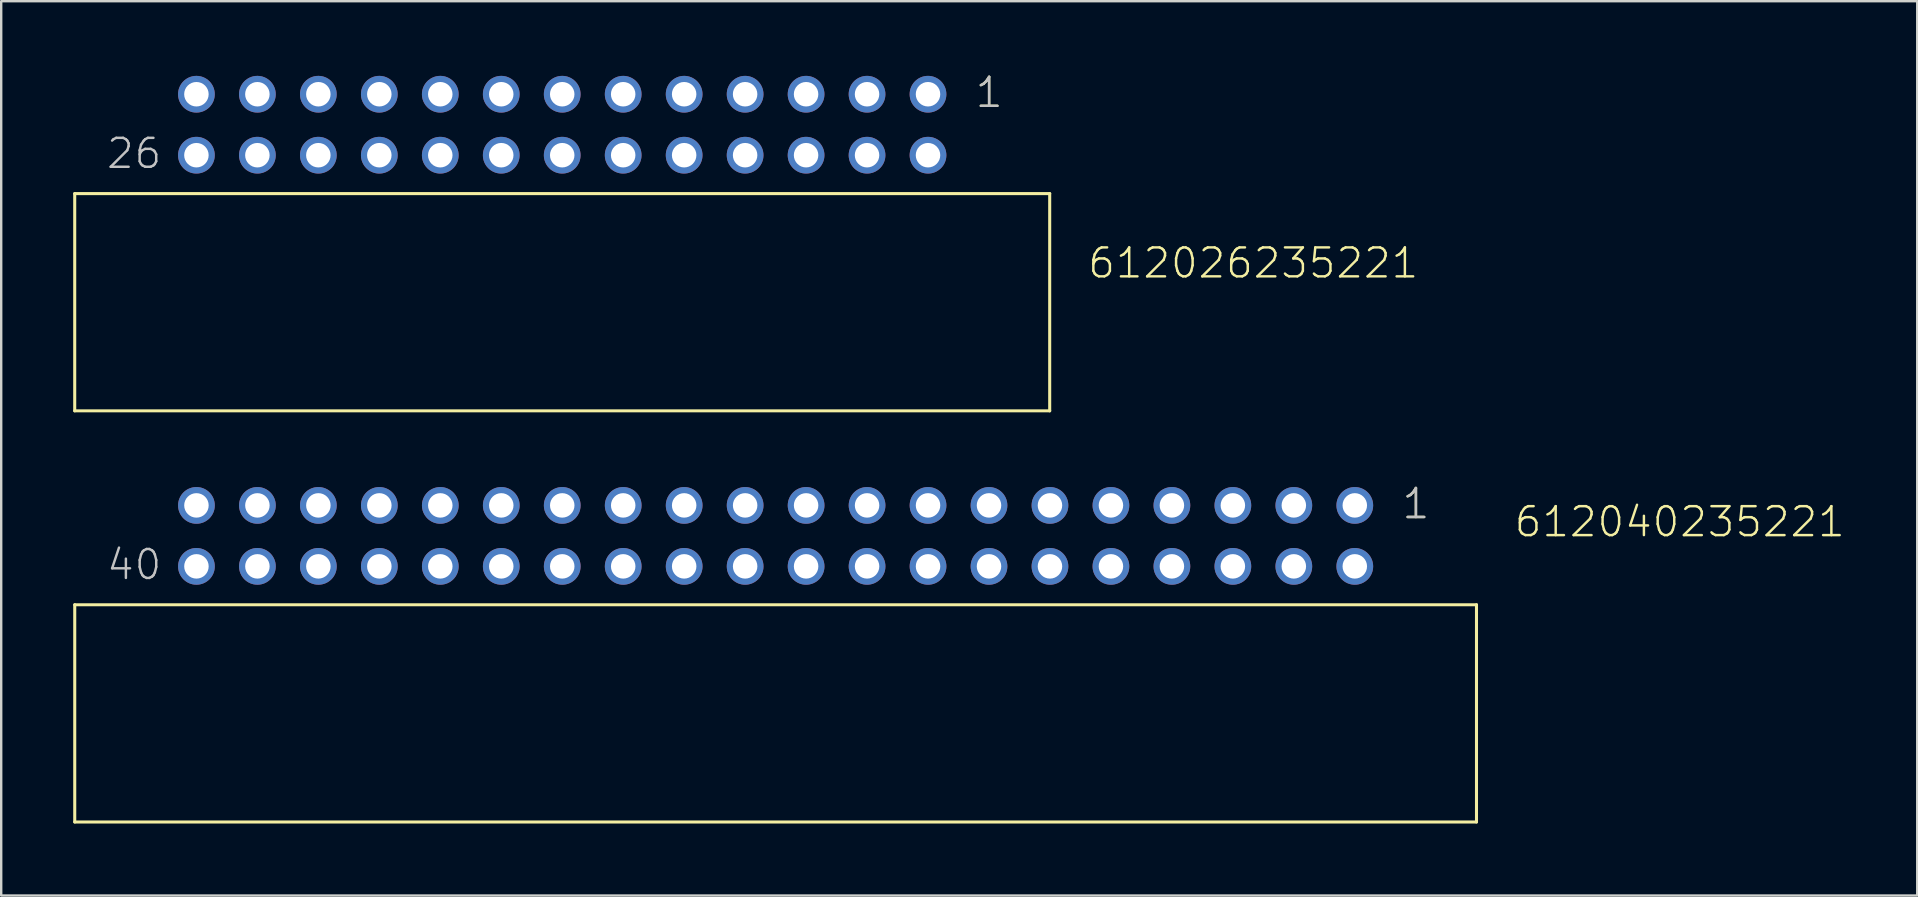
<source format=kicad_pcb>
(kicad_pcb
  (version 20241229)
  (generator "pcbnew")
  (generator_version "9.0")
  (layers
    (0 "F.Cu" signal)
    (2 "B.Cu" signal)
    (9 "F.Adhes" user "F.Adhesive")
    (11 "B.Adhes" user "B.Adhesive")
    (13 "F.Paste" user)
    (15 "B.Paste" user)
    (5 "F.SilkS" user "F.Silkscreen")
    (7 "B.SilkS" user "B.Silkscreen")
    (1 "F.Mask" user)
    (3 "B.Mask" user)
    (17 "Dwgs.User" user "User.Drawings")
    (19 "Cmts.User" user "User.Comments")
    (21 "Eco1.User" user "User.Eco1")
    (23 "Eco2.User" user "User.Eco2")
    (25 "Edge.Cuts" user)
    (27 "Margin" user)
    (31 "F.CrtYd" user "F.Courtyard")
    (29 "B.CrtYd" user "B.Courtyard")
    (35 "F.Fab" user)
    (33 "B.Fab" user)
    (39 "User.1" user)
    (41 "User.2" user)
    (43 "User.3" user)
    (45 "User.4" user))
  (footprint "612026235221"
    (layer "F.Cu")
    (at 20.373 2.146)
    (property "Reference" "612026235221" (at 21.832 6.47 0) (layer "F.SilkS") (effects (font (size 1.206 1.206) (thickness 0.102)) (justify left bottom)))
    (attr through_hole)
    (fp_line (start -20.31 2.87) (end 20.31 2.87) (stroke (width 0.127) (type solid)) (layer "F.SilkS"))
    (fp_line (start -20.31 11.92) (end -20.31 2.87) (stroke (width 0.127) (type solid)) (layer "F.SilkS"))
    (fp_line (start 20.31 2.87) (end 20.31 11.92) (stroke (width 0.127) (type solid)) (layer "F.SilkS"))
    (fp_line (start 20.31 11.92) (end -20.31 11.92) (stroke (width 0.127) (type solid)) (layer "F.SilkS"))
    (fp_text user "1" (at 17.145 -0.635 0) (layer "F.SilkS") (effects (font (size 1.206 1.206) (thickness 0.102)) (justify left bottom)))
    (fp_text user "26" (at -19.05 1.905 0) (layer "Dwgs.User") (effects (font (size 1.206 1.206) (thickness 0.102)) (justify left bottom)))
    (fp_text user "1" (at 17.145 -0.635 0) (layer "Dwgs.User") (effects (font (size 1.206 1.206) (thickness 0.102)) (justify left bottom)))
    (pad "1" thru_hole circle (at 15.24 -1.27 180) (size 1.53 1.53) (drill 1.02) (layers "*.Cu" "*.Mask"))
    (pad "2" thru_hole circle (at 15.24 1.27 180) (size 1.53 1.53) (drill 1.02) (layers "*.Cu" "*.Mask"))
    (pad "3" thru_hole circle (at 12.7 -1.27 180) (size 1.53 1.53) (drill 1.02) (layers "*.Cu" "*.Mask"))
    (pad "4" thru_hole circle (at 12.7 1.27 180) (size 1.53 1.53) (drill 1.02) (layers "*.Cu" "*.Mask"))
    (pad "5" thru_hole circle (at 10.16 -1.27 180) (size 1.53 1.53) (drill 1.02) (layers "*.Cu" "*.Mask"))
    (pad "6" thru_hole circle (at 10.16 1.27 180) (size 1.53 1.53) (drill 1.02) (layers "*.Cu" "*.Mask"))
    (pad "7" thru_hole circle (at 7.62 -1.27 180) (size 1.53 1.53) (drill 1.02) (layers "*.Cu" "*.Mask"))
    (pad "8" thru_hole circle (at 7.62 1.27 180) (size 1.53 1.53) (drill 1.02) (layers "*.Cu" "*.Mask"))
    (pad "9" thru_hole circle (at 5.08 -1.27 180) (size 1.53 1.53) (drill 1.02) (layers "*.Cu" "*.Mask"))
    (pad "10" thru_hole circle (at 5.08 1.27 180) (size 1.53 1.53) (drill 1.02) (layers "*.Cu" "*.Mask"))
    (pad "11" thru_hole circle (at 2.54 -1.27 180) (size 1.53 1.53) (drill 1.02) (layers "*.Cu" "*.Mask"))
    (pad "12" thru_hole circle (at 2.54 1.27 180) (size 1.53 1.53) (drill 1.02) (layers "*.Cu" "*.Mask"))
    (pad "13" thru_hole circle (at 0 -1.27 180) (size 1.53 1.53) (drill 1.02) (layers "*.Cu" "*.Mask"))
    (pad "14" thru_hole circle (at 0 1.27 180) (size 1.53 1.53) (drill 1.02) (layers "*.Cu" "*.Mask"))
    (pad "15" thru_hole circle (at -2.54 -1.27 180) (size 1.53 1.53) (drill 1.02) (layers "*.Cu" "*.Mask"))
    (pad "16" thru_hole circle (at -2.54 1.27 180) (size 1.53 1.53) (drill 1.02) (layers "*.Cu" "*.Mask"))
    (pad "17" thru_hole circle (at -5.08 -1.27 180) (size 1.53 1.53) (drill 1.02) (layers "*.Cu" "*.Mask"))
    (pad "18" thru_hole circle (at -5.08 1.27 180) (size 1.53 1.53) (drill 1.02) (layers "*.Cu" "*.Mask"))
    (pad "19" thru_hole circle (at -7.62 -1.27 180) (size 1.53 1.53) (drill 1.02) (layers "*.Cu" "*.Mask"))
    (pad "20" thru_hole circle (at -7.62 1.27 180) (size 1.53 1.53) (drill 1.02) (layers "*.Cu" "*.Mask"))
    (pad "21" thru_hole circle (at -10.16 -1.27 180) (size 1.53 1.53) (drill 1.02) (layers "*.Cu" "*.Mask"))
    (pad "22" thru_hole circle (at -10.16 1.27 180) (size 1.53 1.53) (drill 1.02) (layers "*.Cu" "*.Mask"))
    (pad "23" thru_hole circle (at -12.7 -1.27 180) (size 1.53 1.53) (drill 1.02) (layers "*.Cu" "*.Mask"))
    (pad "24" thru_hole circle (at -12.7 1.27 180) (size 1.53 1.53) (drill 1.02) (layers "*.Cu" "*.Mask"))
    (pad "25" thru_hole circle (at -15.24 -1.27 180) (size 1.53 1.53) (drill 1.02) (layers "*.Cu" "*.Mask"))
    (pad "26" thru_hole circle (at -15.24 1.27 180) (size 1.53 1.53) (drill 1.02) (layers "*.Cu" "*.Mask")))
  (footprint "612040235221"
    (layer "F.Cu")
    (at 29.264 19.276)
    (property "Reference" "612040235221" (at 30.71 0.12 0) (layer "F.SilkS") (effects (font (size 1.206 1.206) (thickness 0.102)) (justify left bottom)))
    (attr through_hole)
    (fp_line (start -29.2 2.87) (end 29.2 2.87) (stroke (width 0.127) (type solid)) (layer "F.SilkS"))
    (fp_line (start -29.2 11.92) (end -29.2 2.87) (stroke (width 0.127) (type solid)) (layer "F.SilkS"))
    (fp_line (start 29.2 2.87) (end 29.2 11.92) (stroke (width 0.127) (type solid)) (layer "F.SilkS"))
    (fp_line (start 29.2 11.92) (end -29.2 11.92) (stroke (width 0.127) (type solid)) (layer "F.SilkS"))
    (fp_text user "1" (at 26.035 -0.635 0) (layer "F.SilkS") (effects (font (size 1.206 1.206) (thickness 0.102)) (justify left bottom)))
    (fp_text user "40" (at -27.94 1.905 0) (layer "Dwgs.User") (effects (font (size 1.206 1.206) (thickness 0.102)) (justify left bottom)))
    (fp_text user "1" (at 26.035 -0.635 0) (layer "Dwgs.User") (effects (font (size 1.206 1.206) (thickness 0.102)) (justify left bottom)))
    (pad "1" thru_hole circle (at 24.13 -1.27 180) (size 1.53 1.53) (drill 1.02) (layers "*.Cu" "*.Mask"))
    (pad "2" thru_hole circle (at 24.13 1.27 180) (size 1.53 1.53) (drill 1.02) (layers "*.Cu" "*.Mask"))
    (pad "3" thru_hole circle (at 21.59 -1.27 180) (size 1.53 1.53) (drill 1.02) (layers "*.Cu" "*.Mask"))
    (pad "4" thru_hole circle (at 21.59 1.27 180) (size 1.53 1.53) (drill 1.02) (layers "*.Cu" "*.Mask"))
    (pad "5" thru_hole circle (at 19.05 -1.27 180) (size 1.53 1.53) (drill 1.02) (layers "*.Cu" "*.Mask"))
    (pad "6" thru_hole circle (at 19.05 1.27 180) (size 1.53 1.53) (drill 1.02) (layers "*.Cu" "*.Mask"))
    (pad "7" thru_hole circle (at 16.51 -1.27 180) (size 1.53 1.53) (drill 1.02) (layers "*.Cu" "*.Mask"))
    (pad "8" thru_hole circle (at 16.51 1.27 180) (size 1.53 1.53) (drill 1.02) (layers "*.Cu" "*.Mask"))
    (pad "9" thru_hole circle (at 13.97 -1.27 180) (size 1.53 1.53) (drill 1.02) (layers "*.Cu" "*.Mask"))
    (pad "10" thru_hole circle (at 13.97 1.27 180) (size 1.53 1.53) (drill 1.02) (layers "*.Cu" "*.Mask"))
    (pad "11" thru_hole circle (at 11.43 -1.27 180) (size 1.53 1.53) (drill 1.02) (layers "*.Cu" "*.Mask"))
    (pad "12" thru_hole circle (at 11.43 1.27 180) (size 1.53 1.53) (drill 1.02) (layers "*.Cu" "*.Mask"))
    (pad "13" thru_hole circle (at 8.89 -1.27 180) (size 1.53 1.53) (drill 1.02) (layers "*.Cu" "*.Mask"))
    (pad "14" thru_hole circle (at 8.89 1.27 180) (size 1.53 1.53) (drill 1.02) (layers "*.Cu" "*.Mask"))
    (pad "15" thru_hole circle (at 6.35 -1.27 180) (size 1.53 1.53) (drill 1.02) (layers "*.Cu" "*.Mask"))
    (pad "16" thru_hole circle (at 6.35 1.27 180) (size 1.53 1.53) (drill 1.02) (layers "*.Cu" "*.Mask"))
    (pad "17" thru_hole circle (at 3.81 -1.27 180) (size 1.53 1.53) (drill 1.02) (layers "*.Cu" "*.Mask"))
    (pad "18" thru_hole circle (at 3.81 1.27 180) (size 1.53 1.53) (drill 1.02) (layers "*.Cu" "*.Mask"))
    (pad "19" thru_hole circle (at 1.27 -1.27 180) (size 1.53 1.53) (drill 1.02) (layers "*.Cu" "*.Mask"))
    (pad "20" thru_hole circle (at 1.27 1.27 180) (size 1.53 1.53) (drill 1.02) (layers "*.Cu" "*.Mask"))
    (pad "21" thru_hole circle (at -1.27 -1.27 180) (size 1.53 1.53) (drill 1.02) (layers "*.Cu" "*.Mask"))
    (pad "22" thru_hole circle (at -1.27 1.27 180) (size 1.53 1.53) (drill 1.02) (layers "*.Cu" "*.Mask"))
    (pad "23" thru_hole circle (at -3.81 -1.27 180) (size 1.53 1.53) (drill 1.02) (layers "*.Cu" "*.Mask"))
    (pad "24" thru_hole circle (at -3.81 1.27 180) (size 1.53 1.53) (drill 1.02) (layers "*.Cu" "*.Mask"))
    (pad "25" thru_hole circle (at -6.35 -1.27 180) (size 1.53 1.53) (drill 1.02) (layers "*.Cu" "*.Mask"))
    (pad "26" thru_hole circle (at -6.35 1.27 180) (size 1.53 1.53) (drill 1.02) (layers "*.Cu" "*.Mask"))
    (pad "27" thru_hole circle (at -8.89 -1.27 180) (size 1.53 1.53) (drill 1.02) (layers "*.Cu" "*.Mask"))
    (pad "28" thru_hole circle (at -8.89 1.27 180) (size 1.53 1.53) (drill 1.02) (layers "*.Cu" "*.Mask"))
    (pad "29" thru_hole circle (at -11.43 -1.27 180) (size 1.53 1.53) (drill 1.02) (layers "*.Cu" "*.Mask"))
    (pad "30" thru_hole circle (at -11.43 1.27 180) (size 1.53 1.53) (drill 1.02) (layers "*.Cu" "*.Mask"))
    (pad "31" thru_hole circle (at -13.97 -1.27 180) (size 1.53 1.53) (drill 1.02) (layers "*.Cu" "*.Mask"))
    (pad "32" thru_hole circle (at -13.97 1.27 180) (size 1.53 1.53) (drill 1.02) (layers "*.Cu" "*.Mask"))
    (pad "33" thru_hole circle (at -16.51 -1.27 180) (size 1.53 1.53) (drill 1.02) (layers "*.Cu" "*.Mask"))
    (pad "34" thru_hole circle (at -16.51 1.27 180) (size 1.53 1.53) (drill 1.02) (layers "*.Cu" "*.Mask"))
    (pad "35" thru_hole circle (at -19.05 -1.27 180) (size 1.53 1.53) (drill 1.02) (layers "*.Cu" "*.Mask"))
    (pad "36" thru_hole circle (at -19.05 1.27 180) (size 1.53 1.53) (drill 1.02) (layers "*.Cu" "*.Mask"))
    (pad "37" thru_hole circle (at -21.59 -1.27 180) (size 1.53 1.53) (drill 1.02) (layers "*.Cu" "*.Mask"))
    (pad "38" thru_hole circle (at -21.59 1.27 180) (size 1.53 1.53) (drill 1.02) (layers "*.Cu" "*.Mask"))
    (pad "39" thru_hole circle (at -24.13 -1.27 180) (size 1.53 1.53) (drill 1.02) (layers "*.Cu" "*.Mask"))
    (pad "40" thru_hole circle (at -24.13 1.27 180) (size 1.53 1.53) (drill 1.02) (layers "*.Cu" "*.Mask")))
  (gr_rect
    (start -3 -3)
    (end 76.826 34.26)
    (stroke (width 0.1) (type default))
    (fill no)
    (layer "Edge.Cuts")))
</source>
